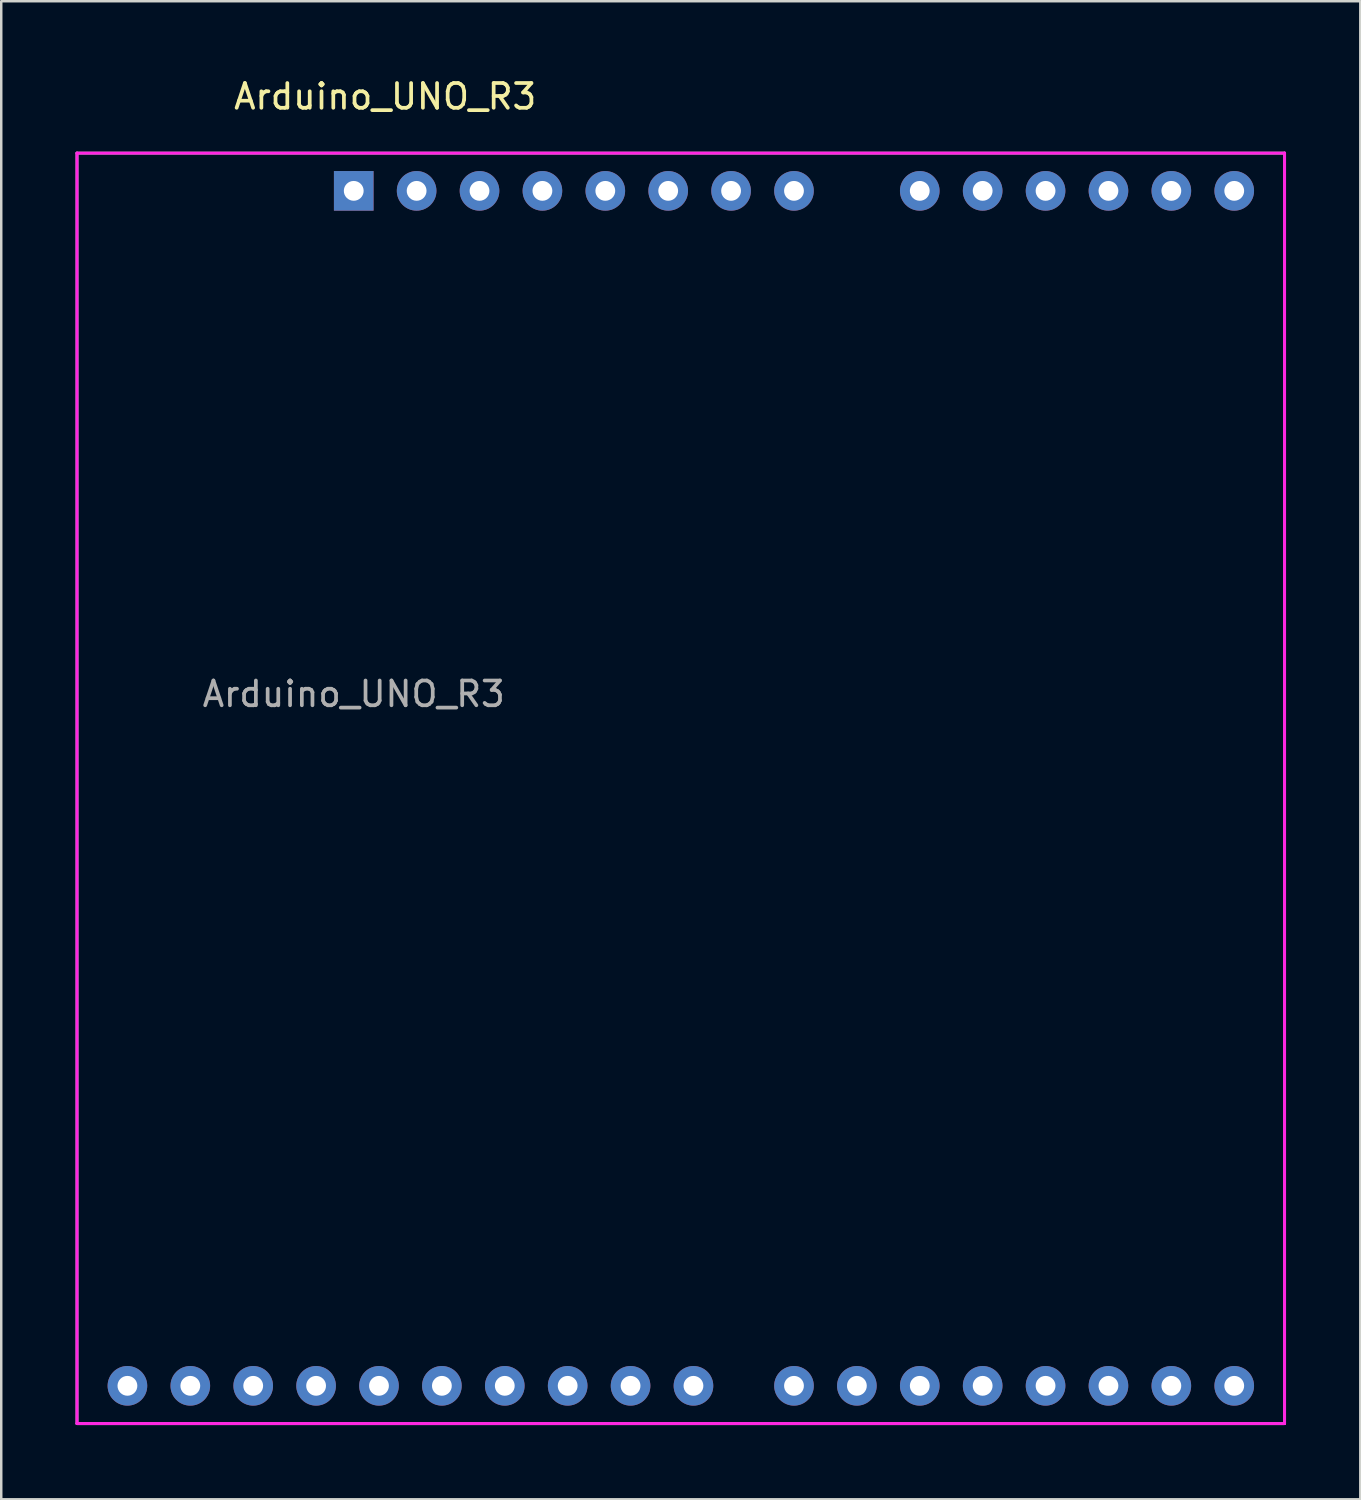
<source format=kicad_pcb>
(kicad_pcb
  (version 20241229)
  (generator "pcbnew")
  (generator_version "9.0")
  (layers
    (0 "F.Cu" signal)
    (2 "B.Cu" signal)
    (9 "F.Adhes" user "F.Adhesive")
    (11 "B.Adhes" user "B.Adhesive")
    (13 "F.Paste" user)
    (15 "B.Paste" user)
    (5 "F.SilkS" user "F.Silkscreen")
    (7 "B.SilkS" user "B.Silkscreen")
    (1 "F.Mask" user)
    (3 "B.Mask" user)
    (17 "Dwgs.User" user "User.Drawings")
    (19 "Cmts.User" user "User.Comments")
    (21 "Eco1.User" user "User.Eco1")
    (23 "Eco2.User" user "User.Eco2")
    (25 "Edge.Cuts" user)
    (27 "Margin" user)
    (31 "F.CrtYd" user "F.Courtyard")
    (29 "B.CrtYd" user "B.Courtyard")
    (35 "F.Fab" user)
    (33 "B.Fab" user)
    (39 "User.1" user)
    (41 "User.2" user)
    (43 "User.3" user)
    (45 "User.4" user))
  (footprint "Arduino_UNO_R3"
    (layer "F.Cu")
    (at 11.236 4.658)
    (property "Reference" "Arduino_UNO_R3" (at 1.27 -3.81 180) (layer "F.SilkS") (effects (font (size 1 1) (thickness 0.15))))
    (attr through_hole)
    (fp_line (start -11.176 -1.524) (end -11.176 49.784) (stroke (width 0.12) (type solid)) (layer "F.CrtYd"))
    (fp_line (start -11.176 49.784) (end 37.592 49.784) (stroke (width 0.12) (type solid)) (layer "F.CrtYd"))
    (fp_line (start 37.592 -1.524) (end -11.176 -1.524) (stroke (width 0.12) (type solid)) (layer "F.CrtYd"))
    (fp_line (start 37.592 49.784) (end 37.592 -1.524) (stroke (width 0.12) (type solid)) (layer "F.CrtYd"))
    (fp_line (start -11.176 -1.524) (end -11.176 49.784) (stroke (width 0.12) (type solid)) (layer "F.Fab"))
    (fp_line (start -11.176 -1.524) (end 37.592 -1.524) (stroke (width 0.12) (type solid)) (layer "F.Fab"))
    (fp_line (start 37.592 -1.524) (end 37.592 49.784) (stroke (width 0.12) (type solid)) (layer "F.Fab"))
    (fp_line (start 37.592 49.784) (end -11.176 49.784) (stroke (width 0.12) (type solid)) (layer "F.Fab"))
    (fp_text user "${REFERENCE}" (at 0 20.32 180) (layer "F.Fab") (effects (font (size 1 1) (thickness 0.15))))
    (pad "1" thru_hole rect (at 0 0 90) (size 1.6 1.6) (drill 0.8) (layers "*.Cu" "*.Mask"))
    (pad "2" thru_hole oval (at 2.54 0 90) (size 1.6 1.6) (drill 0.8) (layers "*.Cu" "*.Mask"))
    (pad "3" thru_hole oval (at 5.08 0 90) (size 1.6 1.6) (drill 0.8) (layers "*.Cu" "*.Mask"))
    (pad "4" thru_hole oval (at 7.62 0 90) (size 1.6 1.6) (drill 0.8) (layers "*.Cu" "*.Mask"))
    (pad "5" thru_hole oval (at 10.16 0 90) (size 1.6 1.6) (drill 0.8) (layers "*.Cu" "*.Mask"))
    (pad "6" thru_hole oval (at 12.7 0 90) (size 1.6 1.6) (drill 0.8) (layers "*.Cu" "*.Mask"))
    (pad "7" thru_hole oval (at 15.24 0 90) (size 1.6 1.6) (drill 0.8) (layers "*.Cu" "*.Mask"))
    (pad "8" thru_hole oval (at 17.78 0 90) (size 1.6 1.6) (drill 0.8) (layers "*.Cu" "*.Mask"))
    (pad "9" thru_hole oval (at 22.86 0 90) (size 1.6 1.6) (drill 0.8) (layers "*.Cu" "*.Mask"))
    (pad "10" thru_hole oval (at 25.4 0 90) (size 1.6 1.6) (drill 0.8) (layers "*.Cu" "*.Mask"))
    (pad "11" thru_hole oval (at 27.94 0 90) (size 1.6 1.6) (drill 0.8) (layers "*.Cu" "*.Mask"))
    (pad "12" thru_hole oval (at 30.48 0 90) (size 1.6 1.6) (drill 0.8) (layers "*.Cu" "*.Mask"))
    (pad "13" thru_hole oval (at 33.02 0 90) (size 1.6 1.6) (drill 0.8) (layers "*.Cu" "*.Mask"))
    (pad "14" thru_hole oval (at 35.56 0 90) (size 1.6 1.6) (drill 0.8) (layers "*.Cu" "*.Mask"))
    (pad "15" thru_hole oval (at 35.56 48.26 90) (size 1.6 1.6) (drill 0.8) (layers "*.Cu" "*.Mask"))
    (pad "16" thru_hole oval (at 33.02 48.26 90) (size 1.6 1.6) (drill 0.8) (layers "*.Cu" "*.Mask"))
    (pad "17" thru_hole oval (at 30.48 48.26 90) (size 1.6 1.6) (drill 0.8) (layers "*.Cu" "*.Mask"))
    (pad "18" thru_hole oval (at 27.94 48.26 90) (size 1.6 1.6) (drill 0.8) (layers "*.Cu" "*.Mask"))
    (pad "19" thru_hole oval (at 25.4 48.26 90) (size 1.6 1.6) (drill 0.8) (layers "*.Cu" "*.Mask"))
    (pad "20" thru_hole oval (at 22.86 48.26 90) (size 1.6 1.6) (drill 0.8) (layers "*.Cu" "*.Mask"))
    (pad "21" thru_hole oval (at 20.32 48.26 90) (size 1.6 1.6) (drill 0.8) (layers "*.Cu" "*.Mask"))
    (pad "22" thru_hole oval (at 17.78 48.26 90) (size 1.6 1.6) (drill 0.8) (layers "*.Cu" "*.Mask"))
    (pad "23" thru_hole oval (at 13.72 48.26 90) (size 1.6 1.6) (drill 0.8) (layers "*.Cu" "*.Mask"))
    (pad "24" thru_hole oval (at 11.18 48.26 90) (size 1.6 1.6) (drill 0.8) (layers "*.Cu" "*.Mask"))
    (pad "25" thru_hole oval (at 8.64 48.26 90) (size 1.6 1.6) (drill 0.8) (layers "*.Cu" "*.Mask"))
    (pad "26" thru_hole oval (at 6.1 48.26 90) (size 1.6 1.6) (drill 0.8) (layers "*.Cu" "*.Mask"))
    (pad "27" thru_hole oval (at 3.56 48.26 90) (size 1.6 1.6) (drill 0.8) (layers "*.Cu" "*.Mask"))
    (pad "28" thru_hole oval (at 1.02 48.26 90) (size 1.6 1.6) (drill 0.8) (layers "*.Cu" "*.Mask"))
    (pad "29" thru_hole oval (at -1.52 48.26 90) (size 1.6 1.6) (drill 0.8) (layers "*.Cu" "*.Mask"))
    (pad "30" thru_hole oval (at -4.06 48.26 90) (size 1.6 1.6) (drill 0.8) (layers "*.Cu" "*.Mask"))
    (pad "31" thru_hole oval (at -6.6 48.26 90) (size 1.6 1.6) (drill 0.8) (layers "*.Cu" "*.Mask"))
    (pad "32" thru_hole oval (at -9.14 48.26 90) (size 1.6 1.6) (drill 0.8) (layers "*.Cu" "*.Mask")))
  (gr_rect
    (start -3 -3)
    (end 51.888 57.502)
    (stroke (width 0.1) (type default))
    (fill no)
    (layer "Edge.Cuts")))
</source>
